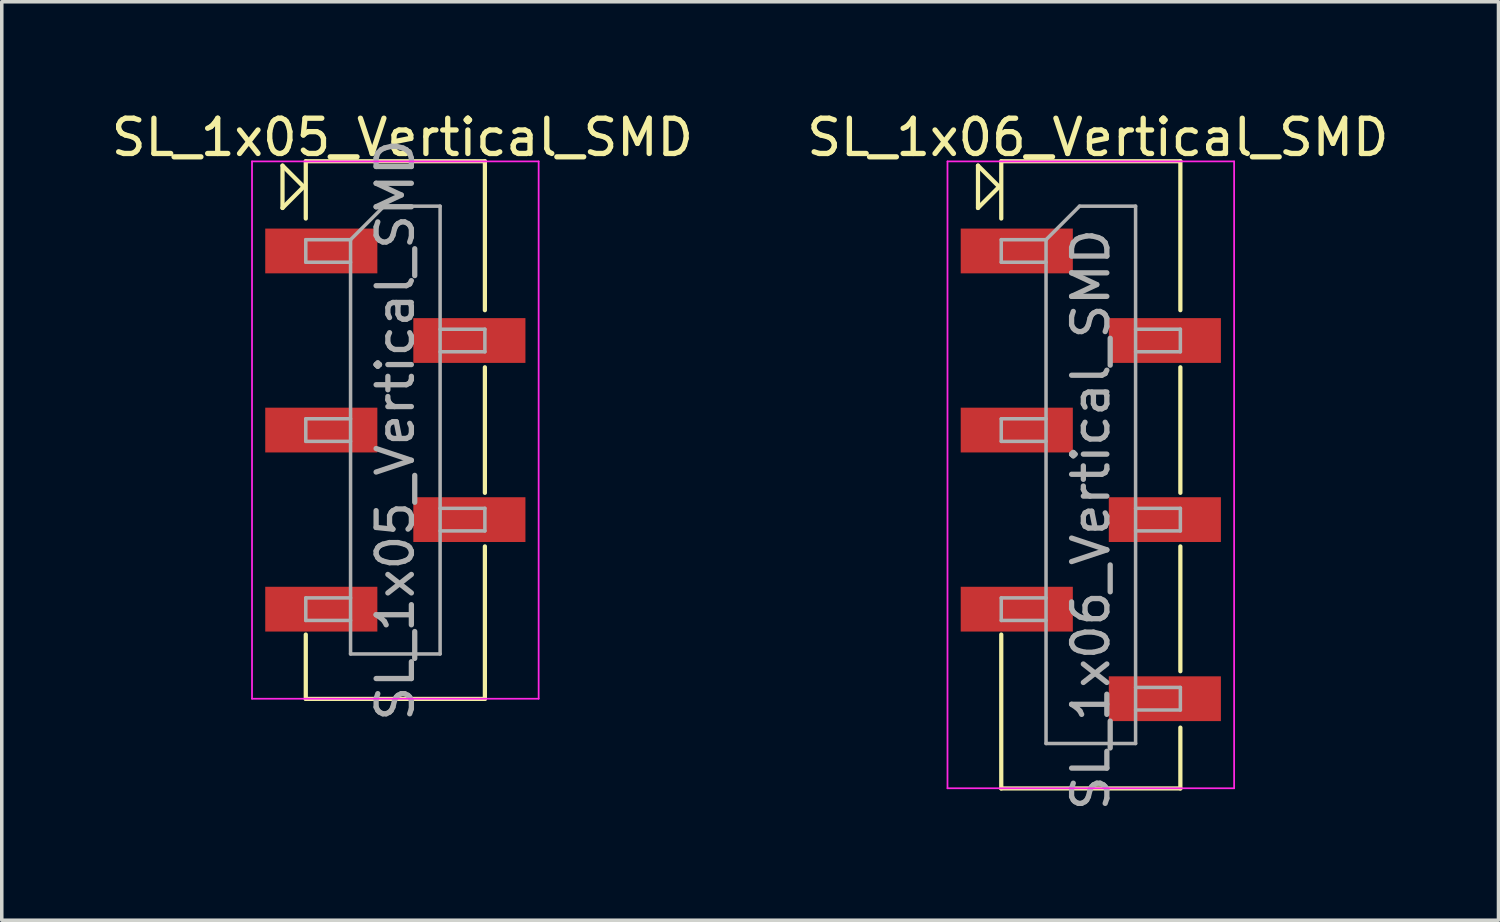
<source format=kicad_pcb>
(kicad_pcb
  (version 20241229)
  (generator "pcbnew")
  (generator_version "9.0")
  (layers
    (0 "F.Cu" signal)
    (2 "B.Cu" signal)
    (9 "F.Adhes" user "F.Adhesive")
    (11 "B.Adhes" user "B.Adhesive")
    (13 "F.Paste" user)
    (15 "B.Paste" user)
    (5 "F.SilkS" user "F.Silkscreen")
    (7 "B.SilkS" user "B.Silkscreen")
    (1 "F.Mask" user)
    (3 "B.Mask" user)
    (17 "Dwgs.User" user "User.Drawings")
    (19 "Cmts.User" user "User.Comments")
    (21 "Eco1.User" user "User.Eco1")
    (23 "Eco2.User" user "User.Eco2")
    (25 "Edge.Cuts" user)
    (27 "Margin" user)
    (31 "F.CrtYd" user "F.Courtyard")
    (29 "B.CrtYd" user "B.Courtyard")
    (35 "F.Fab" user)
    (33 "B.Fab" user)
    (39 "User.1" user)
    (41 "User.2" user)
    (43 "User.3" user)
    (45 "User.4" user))
  (footprint "SL_1x06_Vertical_SMD"
    (layer "F.Cu")
    (at 27.889 11.688)
    (property "Reference" "SL_1x06_Vertical_SMD" (at 0.2 -10.84 0) (layer "F.SilkS") (effects (font (size 1 1) (thickness 0.15))))
    (attr smd)
    (fp_line (start -3.2 -8.84) (end -3.2 -10.04) (stroke (width 0.12) (type solid)) (layer "F.SilkS"))
    (fp_line (start -2.6 -9.44) (end -3.2 -10.04) (stroke (width 0.12) (type solid)) (layer "F.SilkS"))
    (fp_line (start -2.6 -9.44) (end -3.2 -8.84) (stroke (width 0.12) (type solid)) (layer "F.SilkS"))
    (fp_line (start -2.54 -10.165) (end -2.54 -8.54) (stroke (width 0.12) (type solid)) (layer "F.SilkS"))
    (fp_line (start -2.54 -10.165) (end 2.54 -10.165) (stroke (width 0.12) (type solid)) (layer "F.SilkS"))
    (fp_line (start -2.54 3.26) (end -2.54 7.625) (stroke (width 0.12) (type solid)) (layer "F.SilkS"))
    (fp_line (start -2.54 7.625) (end 2.54 7.625) (stroke (width 0.12) (type solid)) (layer "F.SilkS"))
    (fp_line (start 2.54 -10.165) (end 2.54 -5.94) (stroke (width 0.12) (type solid)) (layer "F.SilkS"))
    (fp_line (start 2.54 -4.32) (end 2.54 -0.76) (stroke (width 0.12) (type solid)) (layer "F.SilkS"))
    (fp_line (start 2.54 0.76) (end 2.54 4.3) (stroke (width 0.12) (type solid)) (layer "F.SilkS"))
    (fp_line (start 2.54 5.9) (end 2.54 7.625) (stroke (width 0.12) (type solid)) (layer "F.SilkS"))
    (fp_line (start -4.065 -10.16) (end -4.065 7.62) (stroke (width 0.05) (type solid)) (layer "F.CrtYd"))
    (fp_line (start -4.065 7.62) (end 4.065 7.62) (stroke (width 0.05) (type solid)) (layer "F.CrtYd"))
    (fp_line (start 4.065 -10.16) (end -4.065 -10.16) (stroke (width 0.05) (type solid)) (layer "F.CrtYd"))
    (fp_line (start 4.065 7.62) (end 4.065 -10.16) (stroke (width 0.05) (type solid)) (layer "F.CrtYd"))
    (fp_line (start -2.54 -7.94) (end -2.54 -7.3) (stroke (width 0.1) (type solid)) (layer "F.Fab"))
    (fp_line (start -2.54 -7.3) (end -1.27 -7.3) (stroke (width 0.1) (type solid)) (layer "F.Fab"))
    (fp_line (start -2.54 -2.86) (end -2.54 -2.22) (stroke (width 0.1) (type solid)) (layer "F.Fab"))
    (fp_line (start -2.54 -2.22) (end -1.27 -2.22) (stroke (width 0.1) (type solid)) (layer "F.Fab"))
    (fp_line (start -2.54 2.22) (end -2.54 2.86) (stroke (width 0.1) (type solid)) (layer "F.Fab"))
    (fp_line (start -2.54 2.86) (end -1.27 2.86) (stroke (width 0.1) (type solid)) (layer "F.Fab"))
    (fp_line (start -1.27 -7.94) (end -2.54 -7.94) (stroke (width 0.1) (type solid)) (layer "F.Fab"))
    (fp_line (start -1.27 -7.94) (end -0.32 -8.89) (stroke (width 0.1) (type solid)) (layer "F.Fab"))
    (fp_line (start -1.27 -2.86) (end -2.54 -2.86) (stroke (width 0.1) (type solid)) (layer "F.Fab"))
    (fp_line (start -1.27 2.22) (end -2.54 2.22) (stroke (width 0.1) (type solid)) (layer "F.Fab"))
    (fp_line (start -1.27 6.35) (end -1.27 -7.94) (stroke (width 0.1) (type solid)) (layer "F.Fab"))
    (fp_line (start -0.32 -8.89) (end 1.27 -8.89) (stroke (width 0.1) (type solid)) (layer "F.Fab"))
    (fp_line (start 1.27 -8.89) (end 1.27 6.35) (stroke (width 0.1) (type solid)) (layer "F.Fab"))
    (fp_line (start 1.27 -5.4) (end 2.54 -5.4) (stroke (width 0.1) (type solid)) (layer "F.Fab"))
    (fp_line (start 1.27 -0.32) (end 2.54 -0.32) (stroke (width 0.1) (type solid)) (layer "F.Fab"))
    (fp_line (start 1.27 4.76) (end 2.54 4.76) (stroke (width 0.1) (type solid)) (layer "F.Fab"))
    (fp_line (start 1.27 6.35) (end -1.27 6.35) (stroke (width 0.1) (type solid)) (layer "F.Fab"))
    (fp_line (start 2.54 -5.4) (end 2.54 -4.76) (stroke (width 0.1) (type solid)) (layer "F.Fab"))
    (fp_line (start 2.54 -4.76) (end 1.27 -4.76) (stroke (width 0.1) (type solid)) (layer "F.Fab"))
    (fp_line (start 2.54 -0.32) (end 2.54 0.32) (stroke (width 0.1) (type solid)) (layer "F.Fab"))
    (fp_line (start 2.54 0.32) (end 1.27 0.32) (stroke (width 0.1) (type solid)) (layer "F.Fab"))
    (fp_line (start 2.54 4.76) (end 2.54 5.4) (stroke (width 0.1) (type solid)) (layer "F.Fab"))
    (fp_line (start 2.54 5.4) (end 1.27 5.4) (stroke (width 0.1) (type solid)) (layer "F.Fab"))
    (fp_text user "${REFERENCE}" (at 0 0 90) (layer "F.Fab") (effects (font (size 1 1) (thickness 0.15))))
    (pad "1" smd rect (at -2.1 -7.62) (size 3.18 1.27) (layers "F.Cu" "F.Mask" "F.Paste"))
    (pad "2" smd rect (at 2.1 -5.08) (size 3.18 1.27) (layers "F.Cu" "F.Mask" "F.Paste"))
    (pad "3" smd rect (at -2.1 -2.54) (size 3.18 1.27) (layers "F.Cu" "F.Mask" "F.Paste"))
    (pad "4" smd rect (at 2.1 0) (size 3.18 1.27) (layers "F.Cu" "F.Mask" "F.Paste"))
    (pad "5" smd rect (at -2.1 2.54) (size 3.18 1.27) (layers "F.Cu" "F.Mask" "F.Paste"))
    (pad "6" smd rect (at 2.1 5.08) (size 3.18 1.27) (layers "F.Cu" "F.Mask" "F.Paste")))
  (footprint "SL_1x05_Vertical_SMD"
    (layer "F.Cu")
    (at 8.163 9.148)
    (property "Reference" "SL_1x05_Vertical_SMD" (at 0.2 -8.3 0) (layer "F.SilkS") (effects (font (size 1 1) (thickness 0.15))))
    (attr smd)
    (fp_line (start -3.2 -6.3) (end -3.2 -7.5) (stroke (width 0.12) (type solid)) (layer "F.SilkS"))
    (fp_line (start -2.6 -6.9) (end -3.2 -7.5) (stroke (width 0.12) (type solid)) (layer "F.SilkS"))
    (fp_line (start -2.6 -6.9) (end -3.2 -6.3) (stroke (width 0.12) (type solid)) (layer "F.SilkS"))
    (fp_line (start -2.54 -7.625) (end -2.54 -6) (stroke (width 0.12) (type solid)) (layer "F.SilkS"))
    (fp_line (start -2.54 -7.625) (end 2.54 -7.625) (stroke (width 0.12) (type solid)) (layer "F.SilkS"))
    (fp_line (start -2.54 5.8) (end -2.54 7.625) (stroke (width 0.12) (type solid)) (layer "F.SilkS"))
    (fp_line (start -2.54 7.625) (end 2.54 7.625) (stroke (width 0.12) (type solid)) (layer "F.SilkS"))
    (fp_line (start 2.54 -7.625) (end 2.54 -3.4) (stroke (width 0.12) (type solid)) (layer "F.SilkS"))
    (fp_line (start 2.54 -1.78) (end 2.54 1.78) (stroke (width 0.12) (type solid)) (layer "F.SilkS"))
    (fp_line (start 2.54 3.3) (end 2.54 7.625) (stroke (width 0.12) (type solid)) (layer "F.SilkS"))
    (fp_line (start -4.065 -7.62) (end -4.065 7.62) (stroke (width 0.05) (type solid)) (layer "F.CrtYd"))
    (fp_line (start -4.065 7.62) (end 4.065 7.62) (stroke (width 0.05) (type solid)) (layer "F.CrtYd"))
    (fp_line (start 4.065 -7.62) (end -4.065 -7.62) (stroke (width 0.05) (type solid)) (layer "F.CrtYd"))
    (fp_line (start 4.065 7.62) (end 4.065 -7.62) (stroke (width 0.05) (type solid)) (layer "F.CrtYd"))
    (fp_line (start -2.54 -5.4) (end -2.54 -4.76) (stroke (width 0.1) (type solid)) (layer "F.Fab"))
    (fp_line (start -2.54 -4.76) (end -1.27 -4.76) (stroke (width 0.1) (type solid)) (layer "F.Fab"))
    (fp_line (start -2.54 -0.32) (end -2.54 0.32) (stroke (width 0.1) (type solid)) (layer "F.Fab"))
    (fp_line (start -2.54 0.32) (end -1.27 0.32) (stroke (width 0.1) (type solid)) (layer "F.Fab"))
    (fp_line (start -2.54 4.76) (end -2.54 5.4) (stroke (width 0.1) (type solid)) (layer "F.Fab"))
    (fp_line (start -2.54 5.4) (end -1.27 5.4) (stroke (width 0.1) (type solid)) (layer "F.Fab"))
    (fp_line (start -1.27 -5.4) (end -2.54 -5.4) (stroke (width 0.1) (type solid)) (layer "F.Fab"))
    (fp_line (start -1.27 -5.4) (end -0.32 -6.35) (stroke (width 0.1) (type solid)) (layer "F.Fab"))
    (fp_line (start -1.27 -0.32) (end -2.54 -0.32) (stroke (width 0.1) (type solid)) (layer "F.Fab"))
    (fp_line (start -1.27 4.76) (end -2.54 4.76) (stroke (width 0.1) (type solid)) (layer "F.Fab"))
    (fp_line (start -1.27 6.35) (end -1.27 -5.4) (stroke (width 0.1) (type solid)) (layer "F.Fab"))
    (fp_line (start -0.32 -6.35) (end 1.27 -6.35) (stroke (width 0.1) (type solid)) (layer "F.Fab"))
    (fp_line (start 1.27 -6.35) (end 1.27 6.35) (stroke (width 0.1) (type solid)) (layer "F.Fab"))
    (fp_line (start 1.27 -2.86) (end 2.54 -2.86) (stroke (width 0.1) (type solid)) (layer "F.Fab"))
    (fp_line (start 1.27 2.22) (end 2.54 2.22) (stroke (width 0.1) (type solid)) (layer "F.Fab"))
    (fp_line (start 1.27 6.35) (end -1.27 6.35) (stroke (width 0.1) (type solid)) (layer "F.Fab"))
    (fp_line (start 2.54 -2.86) (end 2.54 -2.22) (stroke (width 0.1) (type solid)) (layer "F.Fab"))
    (fp_line (start 2.54 -2.22) (end 1.27 -2.22) (stroke (width 0.1) (type solid)) (layer "F.Fab"))
    (fp_line (start 2.54 2.22) (end 2.54 2.86) (stroke (width 0.1) (type solid)) (layer "F.Fab"))
    (fp_line (start 2.54 2.86) (end 1.27 2.86) (stroke (width 0.1) (type solid)) (layer "F.Fab"))
    (fp_text user "${REFERENCE}" (at 0 0 90) (layer "F.Fab") (effects (font (size 1 1) (thickness 0.15))))
    (pad "1" smd rect (at -2.1 -5.08) (size 3.18 1.27) (layers "F.Cu" "F.Mask" "F.Paste"))
    (pad "2" smd rect (at 2.1 -2.54) (size 3.18 1.27) (layers "F.Cu" "F.Mask" "F.Paste"))
    (pad "3" smd rect (at -2.1 0) (size 3.18 1.27) (layers "F.Cu" "F.Mask" "F.Paste"))
    (pad "4" smd rect (at 2.1 2.54) (size 3.18 1.27) (layers "F.Cu" "F.Mask" "F.Paste"))
    (pad "5" smd rect (at -2.1 5.08) (size 3.18 1.27) (layers "F.Cu" "F.Mask" "F.Paste")))
  (gr_rect
    (start -3 -3)
    (end 39.452 23.051)
    (stroke (width 0.1) (type default))
    (fill no)
    (layer "Edge.Cuts")))
</source>
